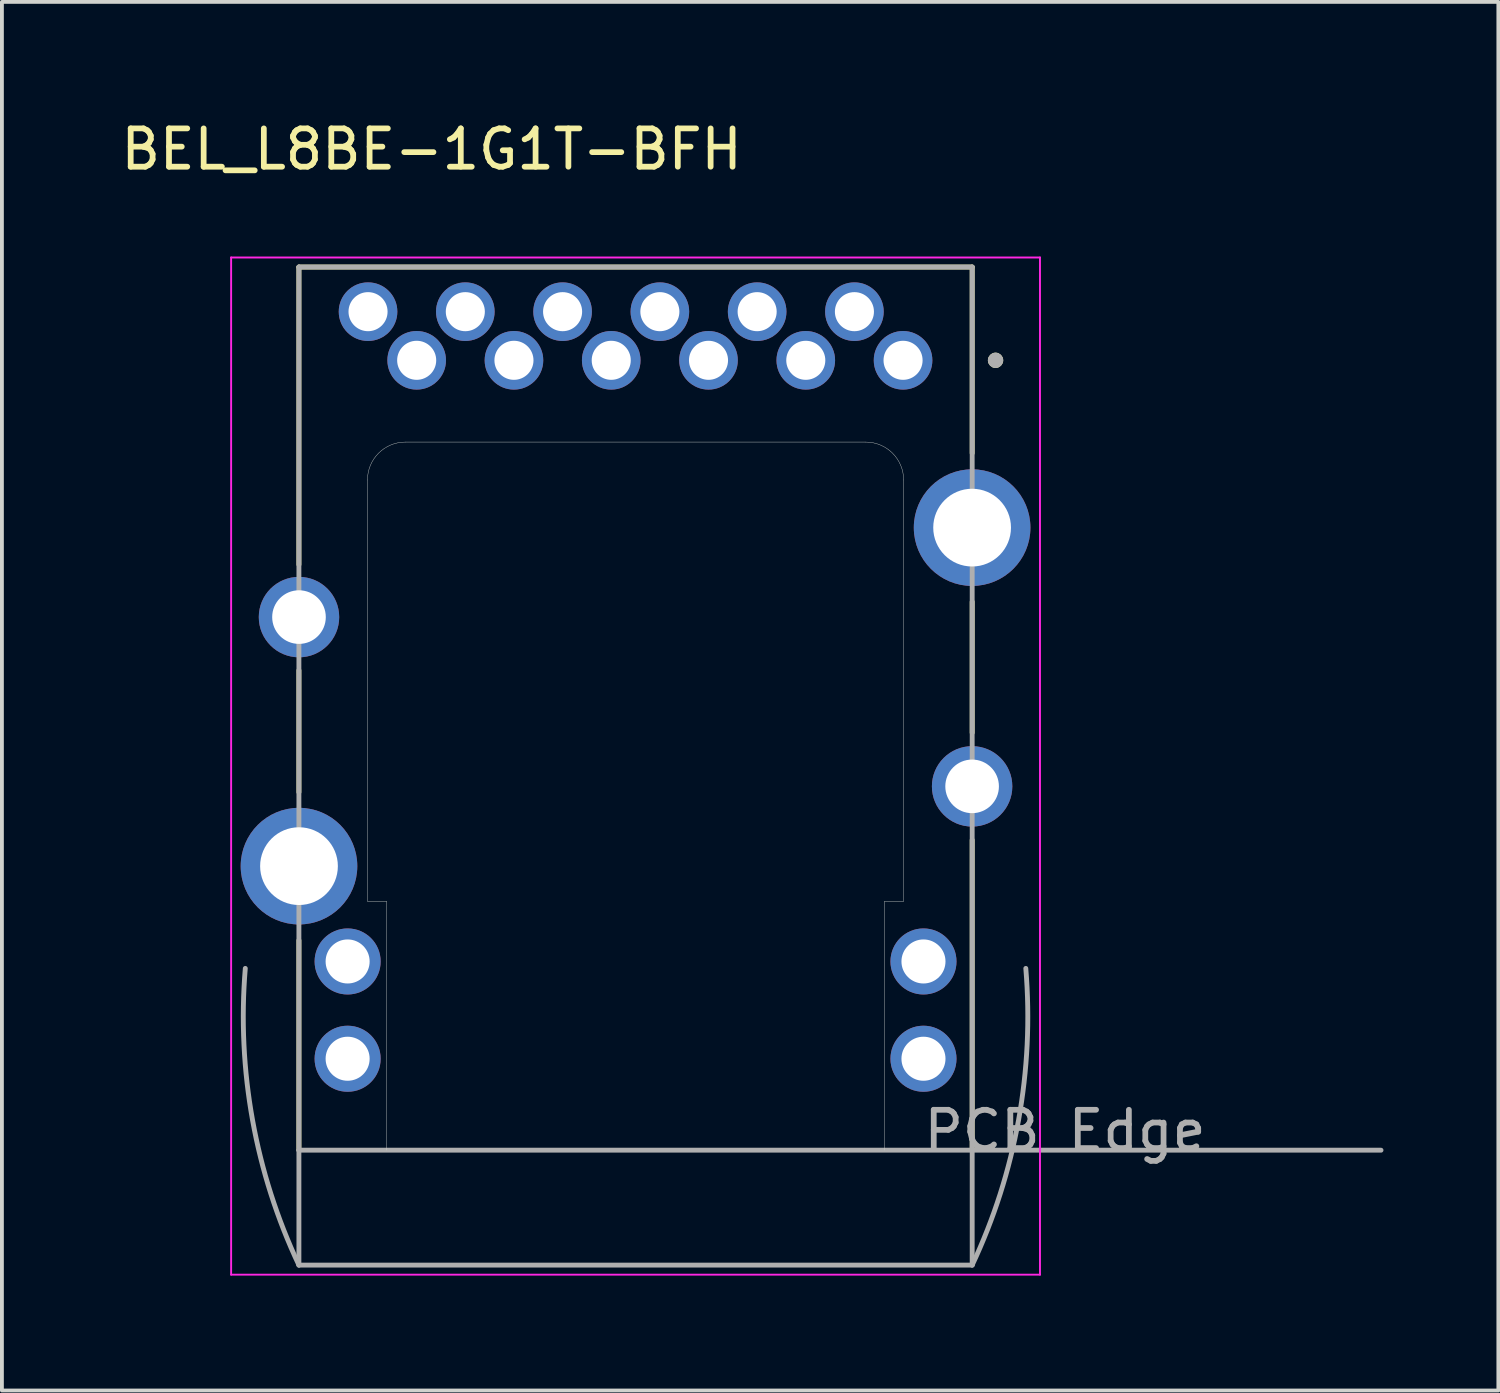
<source format=kicad_pcb>
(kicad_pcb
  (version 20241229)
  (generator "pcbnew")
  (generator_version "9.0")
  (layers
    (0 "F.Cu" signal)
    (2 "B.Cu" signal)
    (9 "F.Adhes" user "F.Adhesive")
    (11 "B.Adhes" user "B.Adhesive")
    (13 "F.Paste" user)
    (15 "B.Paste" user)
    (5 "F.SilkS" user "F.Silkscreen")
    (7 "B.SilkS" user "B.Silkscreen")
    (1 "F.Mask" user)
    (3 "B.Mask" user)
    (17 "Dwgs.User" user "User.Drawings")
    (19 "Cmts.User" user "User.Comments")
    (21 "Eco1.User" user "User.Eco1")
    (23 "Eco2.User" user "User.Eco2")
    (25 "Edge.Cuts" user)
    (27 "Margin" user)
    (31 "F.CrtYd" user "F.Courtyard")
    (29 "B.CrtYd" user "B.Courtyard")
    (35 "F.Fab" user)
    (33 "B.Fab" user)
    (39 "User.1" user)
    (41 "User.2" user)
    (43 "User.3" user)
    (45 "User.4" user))
  (footprint "BEL_L8BE-1G1T-BFH"
    (layer "F.Cu")
    (at 13.545 17.483)
    (property "Reference" "BEL_L8BE-1G1T-BFH" (at -5.325 -16.635 180) (layer "F.SilkS") (effects (font (size 1 1) (thickness 0.15))))
    (attr through_hole)
    (fp_line (start -8.79 -13.56) (end -8.79 -5.79) (stroke (width 0.127) (type solid)) (layer "F.SilkS"))
    (fp_line (start -8.79 0.154) (end -8.79 -3.03) (stroke (width 0.127) (type solid)) (layer "F.SilkS"))
    (fp_line (start -8.79 4.02) (end -8.79 9.5) (stroke (width 0.127) (type solid)) (layer "F.SilkS"))
    (fp_line (start 8.79 -13.56) (end -8.79 -13.56) (stroke (width 0.127) (type solid)) (layer "F.SilkS"))
    (fp_line (start 8.79 -13.56) (end 8.79 -8.7) (stroke (width 0.127) (type solid)) (layer "F.SilkS"))
    (fp_line (start 8.79 -4.82) (end 8.79 -1.4) (stroke (width 0.127) (type solid)) (layer "F.SilkS"))
    (fp_line (start 8.79 1.4) (end 8.79 9.5) (stroke (width 0.127) (type solid)) (layer "F.SilkS"))
    (fp_circle (center 9.4 -11.125) (end 9.5 -11.125) (stroke (width 0.2) (type solid)) (fill no) (layer "F.SilkS"))
    (fp_line (start -7 3) (end -7 -8) (stroke (width 0.01) (type default)) (layer "Edge.Cuts"))
    (fp_line (start -6.5 3) (end -7 3) (stroke (width 0.01) (type default)) (layer "Edge.Cuts"))
    (fp_line (start -6.5 9.5) (end -6.5 3) (stroke (width 0.01) (type solid)) (layer "Edge.Cuts"))
    (fp_line (start -6.01 -8.99) (end 6.01 -8.99) (stroke (width 0.01) (type solid)) (layer "Edge.Cuts"))
    (fp_line (start 6.5 3) (end 6.5 9.5) (stroke (width 0.01) (type solid)) (layer "Edge.Cuts"))
    (fp_line (start 6.5 3) (end 7 3) (stroke (width 0.01) (type default)) (layer "Edge.Cuts"))
    (fp_line (start 7 3) (end 7 -8) (stroke (width 0.01) (type default)) (layer "Edge.Cuts"))
    (fp_arc (start -7 -8) (mid -6.710036 -8.700036) (end -6.01 -8.99) (stroke (width 0.01) (type solid)) (layer "Edge.Cuts"))
    (fp_arc (start 6.01 -8.99) (mid 6.710036 -8.700036) (end 7 -8) (stroke (width 0.01) (type solid)) (layer "Edge.Cuts"))
    (fp_line (start -10.56 -13.81) (end 10.56 -13.81) (stroke (width 0.05) (type solid)) (layer "F.CrtYd"))
    (fp_line (start -10.56 12.75) (end -10.56 -13.81) (stroke (width 0.05) (type solid)) (layer "F.CrtYd"))
    (fp_line (start 10.56 -13.81) (end 10.56 12.75) (stroke (width 0.05) (type solid)) (layer "F.CrtYd"))
    (fp_line (start 10.56 12.75) (end -10.56 12.75) (stroke (width 0.05) (type solid)) (layer "F.CrtYd"))
    (fp_line (start -8.79 -13.56) (end -8.79 9.5) (stroke (width 0.127) (type solid)) (layer "F.Fab"))
    (fp_line (start -8.79 9.5) (end -8.79 12.5) (stroke (width 0.127) (type solid)) (layer "F.Fab"))
    (fp_line (start -8.79 9.5) (end 19.465 9.5) (stroke (width 0.127) (type solid)) (layer "F.Fab"))
    (fp_line (start -8.79 12.5) (end 8.79 12.5) (stroke (width 0.127) (type solid)) (layer "F.Fab"))
    (fp_line (start 8.79 -13.56) (end -8.79 -13.56) (stroke (width 0.127) (type solid)) (layer "F.Fab"))
    (fp_line (start 8.79 12.5) (end 8.79 -13.56) (stroke (width 0.127) (type solid)) (layer "F.Fab"))
    (fp_arc (start -8.79 12.5) (mid -9.999956 8.718657) (end -10.19 4.753) (stroke (width 0.127) (type solid)) (layer "F.Fab"))
    (fp_arc (start 10.19 4.753) (mid 9.999956 8.718657) (end 8.79 12.5) (stroke (width 0.127) (type solid)) (layer "F.Fab"))
    (fp_circle (center 9.4 -11.125) (end 9.5 -11.125) (stroke (width 0.2) (type solid)) (fill no) (layer "F.Fab"))
    (fp_text user "PCB Edge" (at 11.215 8.99 180) (layer "F.Fab") (effects (font (size 1 1) (thickness 0.15))))
    (pad "1" thru_hole circle (at 6.985 -11.125) (size 1.53 1.53) (drill 1.02) (layers "*.Cu" "*.Mask"))
    (pad "2" thru_hole circle (at 5.715 -12.395) (size 1.53 1.53) (drill 1.02) (layers "*.Cu" "*.Mask"))
    (pad "3" thru_hole circle (at 4.445 -11.125) (size 1.53 1.53) (drill 1.02) (layers "*.Cu" "*.Mask"))
    (pad "4" thru_hole circle (at 3.175 -12.395) (size 1.53 1.53) (drill 1.02) (layers "*.Cu" "*.Mask"))
    (pad "5" thru_hole circle (at 1.905 -11.125) (size 1.53 1.53) (drill 1.02) (layers "*.Cu" "*.Mask"))
    (pad "6" thru_hole circle (at 0.635 -12.395) (size 1.53 1.53) (drill 1.02) (layers "*.Cu" "*.Mask"))
    (pad "7" thru_hole circle (at -0.635 -11.125) (size 1.53 1.53) (drill 1.02) (layers "*.Cu" "*.Mask"))
    (pad "8" thru_hole circle (at -1.905 -12.395) (size 1.53 1.53) (drill 1.02) (layers "*.Cu" "*.Mask"))
    (pad "9" thru_hole circle (at -3.175 -11.125) (size 1.53 1.53) (drill 1.02) (layers "*.Cu" "*.Mask"))
    (pad "10" thru_hole circle (at -4.445 -12.395) (size 1.53 1.53) (drill 1.02) (layers "*.Cu" "*.Mask"))
    (pad "11" thru_hole circle (at -5.715 -11.125) (size 1.53 1.53) (drill 1.02) (layers "*.Cu" "*.Mask"))
    (pad "12" thru_hole circle (at -6.985 -12.395) (size 1.53 1.53) (drill 1.02) (layers "*.Cu" "*.Mask"))
    (pad "13" thru_hole circle (at 7.518 4.572) (size 1.725 1.725) (drill 1.15) (layers "*.Cu" "*.Mask"))
    (pad "14" thru_hole circle (at 7.518 7.112) (size 1.725 1.725) (drill 1.15) (layers "*.Cu" "*.Mask"))
    (pad "15" thru_hole circle (at -7.518 4.572) (size 1.725 1.725) (drill 1.15) (layers "*.Cu" "*.Mask"))
    (pad "16" thru_hole circle (at -7.518 7.112) (size 1.725 1.725) (drill 1.15) (layers "*.Cu" "*.Mask"))
    (pad "S1" thru_hole circle (at -8.788 -4.42) (size 2.1 2.1) (drill 1.4) (layers "*.Cu" "*.Mask"))
    (pad "S2" thru_hole circle (at 8.788 0) (size 2.1 2.1) (drill 1.4) (layers "*.Cu" "*.Mask"))
    (pad "S3" thru_hole circle (at -8.788 2.083) (size 3.045 3.045) (drill 2.03) (layers "*.Cu" "*.Mask"))
    (pad "S4" thru_hole circle (at 8.788 -6.756) (size 3.045 3.045) (drill 2.03) (layers "*.Cu" "*.Mask")))
  (gr_rect
    (start -3 -3)
    (end 36.074 33.258)
    (stroke (width 0.1) (type default))
    (fill no)
    (layer "Edge.Cuts")))
</source>
